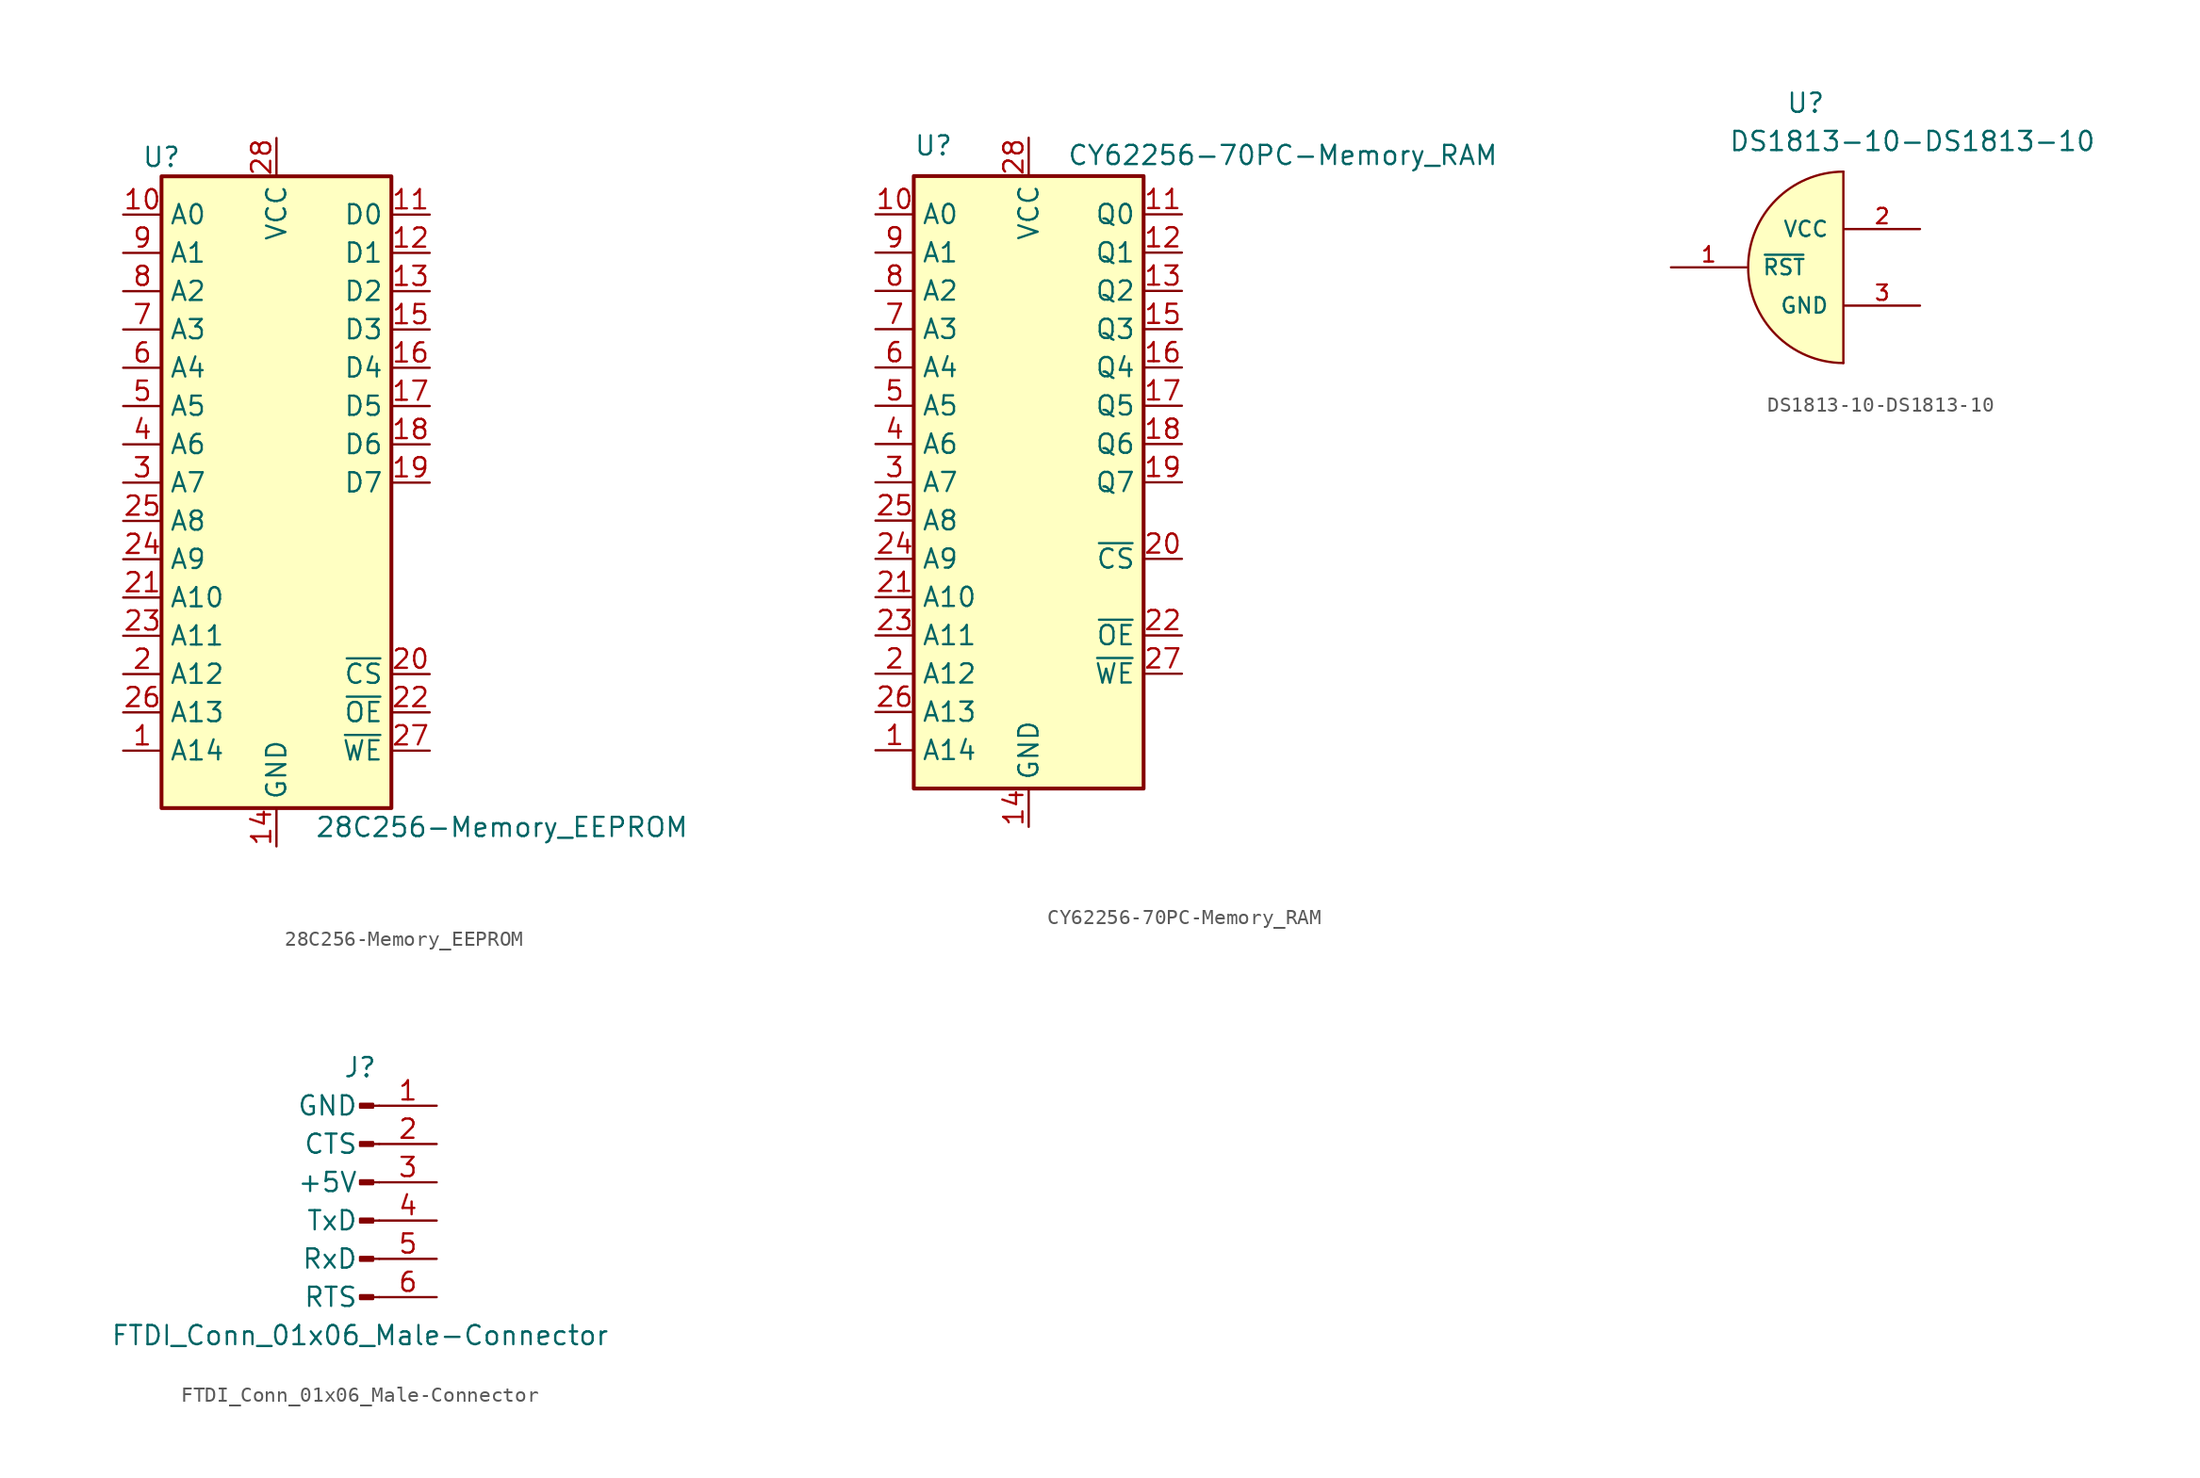
<source format=kicad_sym>
(kicad_symbol_lib
  (version 20211014)
  (generator kicad_symbol_editor)
  (symbol "28C256-Memory_EEPROM"
    (property "Reference" "U"
      (at -7.62 26.67 0)
      (effects (font (size 1.27 1.27))))
    (property "Value" "28C256-Memory_EEPROM"
      (at 2.54 -17.78 0)
      (effects (font (size 1.27 1.27)) (justify left)))
    (symbol "28C256-Memory_EEPROM_1_1"
      (rectangle (start -7.62 25.4) (end 7.62 -16.51) (stroke (width 0.254) (type default) (color 0 0 0 0)) (fill (type background)))
      (pin input line (at -10.16 -12.7 0) (length 2.54) (name "A14" (effects (font (size 1.27 1.27)))) (number "1" (effects (font (size 1.27 1.27)))))
      (pin input line (at -10.16 22.86 0) (length 2.54) (name "A0" (effects (font (size 1.27 1.27)))) (number "10" (effects (font (size 1.27 1.27)))))
      (pin tri_state line (at 10.16 22.86 180) (length 2.54) (name "D0" (effects (font (size 1.27 1.27)))) (number "11" (effects (font (size 1.27 1.27)))))
      (pin tri_state line (at 10.16 20.32 180) (length 2.54) (name "D1" (effects (font (size 1.27 1.27)))) (number "12" (effects (font (size 1.27 1.27)))))
      (pin tri_state line (at 10.16 17.78 180) (length 2.54) (name "D2" (effects (font (size 1.27 1.27)))) (number "13" (effects (font (size 1.27 1.27)))))
      (pin power_in line (at 0 -19.05 90) (length 2.54) (name "GND" (effects (font (size 1.27 1.27)))) (number "14" (effects (font (size 1.27 1.27)))))
      (pin tri_state line (at 10.16 15.24 180) (length 2.54) (name "D3" (effects (font (size 1.27 1.27)))) (number "15" (effects (font (size 1.27 1.27)))))
      (pin tri_state line (at 10.16 12.7 180) (length 2.54) (name "D4" (effects (font (size 1.27 1.27)))) (number "16" (effects (font (size 1.27 1.27)))))
      (pin tri_state line (at 10.16 10.16 180) (length 2.54) (name "D5" (effects (font (size 1.27 1.27)))) (number "17" (effects (font (size 1.27 1.27)))))
      (pin tri_state line (at 10.16 7.62 180) (length 2.54) (name "D6" (effects (font (size 1.27 1.27)))) (number "18" (effects (font (size 1.27 1.27)))))
      (pin tri_state line (at 10.16 5.08 180) (length 2.54) (name "D7" (effects (font (size 1.27 1.27)))) (number "19" (effects (font (size 1.27 1.27)))))
      (pin input line (at -10.16 -7.62 0) (length 2.54) (name "A12" (effects (font (size 1.27 1.27)))) (number "2" (effects (font (size 1.27 1.27)))))
      (pin input line (at 10.16 -7.62 180) (length 2.54) (name "~{CS}" (effects (font (size 1.27 1.27)))) (number "20" (effects (font (size 1.27 1.27)))))
      (pin input line (at -10.16 -2.54 0) (length 2.54) (name "A10" (effects (font (size 1.27 1.27)))) (number "21" (effects (font (size 1.27 1.27)))))
      (pin input line (at 10.16 -10.16 180) (length 2.54) (name "~{OE}" (effects (font (size 1.27 1.27)))) (number "22" (effects (font (size 1.27 1.27)))))
      (pin input line (at -10.16 -5.08 0) (length 2.54) (name "A11" (effects (font (size 1.27 1.27)))) (number "23" (effects (font (size 1.27 1.27)))))
      (pin input line (at -10.16 0 0) (length 2.54) (name "A9" (effects (font (size 1.27 1.27)))) (number "24" (effects (font (size 1.27 1.27)))))
      (pin input line (at -10.16 2.54 0) (length 2.54) (name "A8" (effects (font (size 1.27 1.27)))) (number "25" (effects (font (size 1.27 1.27)))))
      (pin input line (at -10.16 -10.16 0) (length 2.54) (name "A13" (effects (font (size 1.27 1.27)))) (number "26" (effects (font (size 1.27 1.27)))))
      (pin input line (at 10.16 -12.7 180) (length 2.54) (name "~{WE}" (effects (font (size 1.27 1.27)))) (number "27" (effects (font (size 1.27 1.27)))))
      (pin power_in line (at 0 27.94 270) (length 2.54) (name "VCC" (effects (font (size 1.27 1.27)))) (number "28" (effects (font (size 1.27 1.27)))))
      (pin input line (at -10.16 5.08 0) (length 2.54) (name "A7" (effects (font (size 1.27 1.27)))) (number "3" (effects (font (size 1.27 1.27)))))
      (pin input line (at -10.16 7.62 0) (length 2.54) (name "A6" (effects (font (size 1.27 1.27)))) (number "4" (effects (font (size 1.27 1.27)))))
      (pin input line (at -10.16 10.16 0) (length 2.54) (name "A5" (effects (font (size 1.27 1.27)))) (number "5" (effects (font (size 1.27 1.27)))))
      (pin input line (at -10.16 12.7 0) (length 2.54) (name "A4" (effects (font (size 1.27 1.27)))) (number "6" (effects (font (size 1.27 1.27)))))
      (pin input line (at -10.16 15.24 0) (length 2.54) (name "A3" (effects (font (size 1.27 1.27)))) (number "7" (effects (font (size 1.27 1.27)))))
      (pin input line (at -10.16 17.78 0) (length 2.54) (name "A2" (effects (font (size 1.27 1.27)))) (number "8" (effects (font (size 1.27 1.27)))))
      (pin input line (at -10.16 20.32 0) (length 2.54) (name "A1" (effects (font (size 1.27 1.27)))) (number "9" (effects (font (size 1.27 1.27)))))))
  (symbol "CY62256-70PC-Memory_RAM"
    (property "Reference" "U"
      (at -7.62 21.59 0)
      (effects (font (size 1.27 1.27)) (justify left bottom)))
    (property "Value" "CY62256-70PC-Memory_RAM"
      (at 2.54 20.955 0)
      (effects (font (size 1.27 1.27)) (justify left bottom)))
    (symbol "CY62256-70PC-Memory_RAM_0_0"
      (pin power_in line (at 0 -22.86 90) (length 2.54) (name "GND" (effects (font (size 1.27 1.27)))) (number "14" (effects (font (size 1.27 1.27)))))
      (pin power_in line (at 0 22.86 270) (length 2.54) (name "VCC" (effects (font (size 1.27 1.27)))) (number "28" (effects (font (size 1.27 1.27))))))
    (symbol "CY62256-70PC-Memory_RAM_0_1"
      (rectangle (start -7.62 20.32) (end 7.62 -20.32) (stroke (width 0.254) (type default) (color 0 0 0 0)) (fill (type background))))
    (symbol "CY62256-70PC-Memory_RAM_1_1"
      (pin input line (at -10.16 -17.78 0) (length 2.54) (name "A14" (effects (font (size 1.27 1.27)))) (number "1" (effects (font (size 1.27 1.27)))))
      (pin input line (at -10.16 17.78 0) (length 2.54) (name "A0" (effects (font (size 1.27 1.27)))) (number "10" (effects (font (size 1.27 1.27)))))
      (pin tri_state line (at 10.16 17.78 180) (length 2.54) (name "Q0" (effects (font (size 1.27 1.27)))) (number "11" (effects (font (size 1.27 1.27)))))
      (pin tri_state line (at 10.16 15.24 180) (length 2.54) (name "Q1" (effects (font (size 1.27 1.27)))) (number "12" (effects (font (size 1.27 1.27)))))
      (pin tri_state line (at 10.16 12.7 180) (length 2.54) (name "Q2" (effects (font (size 1.27 1.27)))) (number "13" (effects (font (size 1.27 1.27)))))
      (pin tri_state line (at 10.16 10.16 180) (length 2.54) (name "Q3" (effects (font (size 1.27 1.27)))) (number "15" (effects (font (size 1.27 1.27)))))
      (pin tri_state line (at 10.16 7.62 180) (length 2.54) (name "Q4" (effects (font (size 1.27 1.27)))) (number "16" (effects (font (size 1.27 1.27)))))
      (pin tri_state line (at 10.16 5.08 180) (length 2.54) (name "Q5" (effects (font (size 1.27 1.27)))) (number "17" (effects (font (size 1.27 1.27)))))
      (pin tri_state line (at 10.16 2.54 180) (length 2.54) (name "Q6" (effects (font (size 1.27 1.27)))) (number "18" (effects (font (size 1.27 1.27)))))
      (pin tri_state line (at 10.16 0 180) (length 2.54) (name "Q7" (effects (font (size 1.27 1.27)))) (number "19" (effects (font (size 1.27 1.27)))))
      (pin input line (at -10.16 -12.7 0) (length 2.54) (name "A12" (effects (font (size 1.27 1.27)))) (number "2" (effects (font (size 1.27 1.27)))))
      (pin input line (at 10.16 -5.08 180) (length 2.54) (name "~{CS}" (effects (font (size 1.27 1.27)))) (number "20" (effects (font (size 1.27 1.27)))))
      (pin input line (at -10.16 -7.62 0) (length 2.54) (name "A10" (effects (font (size 1.27 1.27)))) (number "21" (effects (font (size 1.27 1.27)))))
      (pin input line (at 10.16 -10.16 180) (length 2.54) (name "~{OE}" (effects (font (size 1.27 1.27)))) (number "22" (effects (font (size 1.27 1.27)))))
      (pin input line (at -10.16 -10.16 0) (length 2.54) (name "A11" (effects (font (size 1.27 1.27)))) (number "23" (effects (font (size 1.27 1.27)))))
      (pin input line (at -10.16 -5.08 0) (length 2.54) (name "A9" (effects (font (size 1.27 1.27)))) (number "24" (effects (font (size 1.27 1.27)))))
      (pin input line (at -10.16 -2.54 0) (length 2.54) (name "A8" (effects (font (size 1.27 1.27)))) (number "25" (effects (font (size 1.27 1.27)))))
      (pin input line (at -10.16 -15.24 0) (length 2.54) (name "A13" (effects (font (size 1.27 1.27)))) (number "26" (effects (font (size 1.27 1.27)))))
      (pin input line (at 10.16 -12.7 180) (length 2.54) (name "~{WE}" (effects (font (size 1.27 1.27)))) (number "27" (effects (font (size 1.27 1.27)))))
      (pin input line (at -10.16 0 0) (length 2.54) (name "A7" (effects (font (size 1.27 1.27)))) (number "3" (effects (font (size 1.27 1.27)))))
      (pin input line (at -10.16 2.54 0) (length 2.54) (name "A6" (effects (font (size 1.27 1.27)))) (number "4" (effects (font (size 1.27 1.27)))))
      (pin input line (at -10.16 5.08 0) (length 2.54) (name "A5" (effects (font (size 1.27 1.27)))) (number "5" (effects (font (size 1.27 1.27)))))
      (pin input line (at -10.16 7.62 0) (length 2.54) (name "A4" (effects (font (size 1.27 1.27)))) (number "6" (effects (font (size 1.27 1.27)))))
      (pin input line (at -10.16 10.16 0) (length 2.54) (name "A3" (effects (font (size 1.27 1.27)))) (number "7" (effects (font (size 1.27 1.27)))))
      (pin input line (at -10.16 12.7 0) (length 2.54) (name "A2" (effects (font (size 1.27 1.27)))) (number "8" (effects (font (size 1.27 1.27)))))
      (pin input line (at -10.16 15.24 0) (length 2.54) (name "A1" (effects (font (size 1.27 1.27)))) (number "9" (effects (font (size 1.27 1.27)))))))
  (symbol "DS1813-10-DS1813-10"
    (pin_names
      (offset 1.016))
    (property "Reference" "U"
      (at -1.27 10.16 0)
      (effects (font (size 1.27 1.27)) (justify left bottom)))
    (property "Value" "DS1813-10-DS1813-10"
      (at -5.08 7.62 0)
      (effects (font (size 1.27 1.27)) (justify left bottom)))
    (property "ki_locked" ""
      (at 0 0 0)
      (effects (font (size 1.27 1.27))))
    (symbol "DS1813-10-DS1813-10_0_0"
      (pin bidirectional line (at -8.89 0 0) (length 5.004) (name "~{RST}" (effects (font (size 1.016 1.016)))) (number "1" (effects (font (size 1.016 1.016)))))
      (pin power_in line (at 7.62 2.54 180) (length 5.004) (name "VCC" (effects (font (size 1.016 1.016)))) (number "2" (effects (font (size 1.016 1.016)))))
      (pin power_in line (at 7.62 -2.54 180) (length 5.004) (name "GND" (effects (font (size 1.016 1.016)))) (number "3" (effects (font (size 1.016 1.016))))))
    (symbol "DS1813-10-DS1813-10_0_1"
      (polyline (pts (xy 2.54 6.35) (xy 2.54 -6.35)) (stroke (width 0) (type default) (color 0 0 0 0)) (fill (type none)))
      (arc (start 2.54 6.35) (mid -3.81 0) (end 2.54 -6.35) (stroke (width 0) (type default) (color 0 0 0 0)) (fill (type background)))))
  (symbol "FTDI_Conn_01x06_Male-Connector"
    (pin_names
      (offset 1.397))
    (property "Reference" "J"
      (at 0 7.62 0)
      (effects (font (size 1.27 1.27))))
    (property "Value" "FTDI_Conn_01x06_Male-Connector"
      (at 0 -10.16 0)
      (effects (font (size 1.27 1.27))))
    (symbol "FTDI_Conn_01x06_Male-Connector_1_1"
      (polyline (pts (xy 1.27 -7.62) (xy 0.864 -7.62)) (stroke (width 0.152) (type default) (color 0 0 0 0)) (fill (type none)))
      (polyline (pts (xy 1.27 -5.08) (xy 0.864 -5.08)) (stroke (width 0.152) (type default) (color 0 0 0 0)) (fill (type none)))
      (polyline (pts (xy 1.27 -2.54) (xy 0.864 -2.54)) (stroke (width 0.152) (type default) (color 0 0 0 0)) (fill (type none)))
      (polyline (pts (xy 1.27 0) (xy 0.864 0)) (stroke (width 0.152) (type default) (color 0 0 0 0)) (fill (type none)))
      (polyline (pts (xy 1.27 2.54) (xy 0.864 2.54)) (stroke (width 0.152) (type default) (color 0 0 0 0)) (fill (type none)))
      (polyline (pts (xy 1.27 5.08) (xy 0.864 5.08)) (stroke (width 0.152) (type default) (color 0 0 0 0)) (fill (type none)))
      (rectangle (start 0.864 -7.493) (end 0 -7.747) (stroke (width 0.152) (type default) (color 0 0 0 0)) (fill (type outline)))
      (rectangle (start 0.864 -4.953) (end 0 -5.207) (stroke (width 0.152) (type default) (color 0 0 0 0)) (fill (type outline)))
      (rectangle (start 0.864 -2.413) (end 0 -2.667) (stroke (width 0.152) (type default) (color 0 0 0 0)) (fill (type outline)))
      (rectangle (start 0.864 0.127) (end 0 -0.127) (stroke (width 0.152) (type default) (color 0 0 0 0)) (fill (type outline)))
      (rectangle (start 0.864 2.667) (end 0 2.413) (stroke (width 0.152) (type default) (color 0 0 0 0)) (fill (type outline)))
      (rectangle (start 0.864 5.207) (end 0 4.953) (stroke (width 0.152) (type default) (color 0 0 0 0)) (fill (type outline)))
      (pin passive line (at 5.08 5.08 180) (length 3.81) (name "GND" (effects (font (size 1.27 1.27)))) (number "1" (effects (font (size 1.27 1.27)))))
      (pin input line (at 5.08 2.54 180) (length 3.81) (name "CTS" (effects (font (size 1.27 1.27)))) (number "2" (effects (font (size 1.27 1.27)))))
      (pin passive line (at 5.08 0 180) (length 3.81) (name "+5V" (effects (font (size 1.27 1.27)))) (number "3" (effects (font (size 1.27 1.27)))))
      (pin output line (at 5.08 -2.54 180) (length 3.81) (name "TxD" (effects (font (size 1.27 1.27)))) (number "4" (effects (font (size 1.27 1.27)))))
      (pin input line (at 5.08 -5.08 180) (length 3.81) (name "RxD" (effects (font (size 1.27 1.27)))) (number "5" (effects (font (size 1.27 1.27)))))
      (pin output line (at 5.08 -7.62 180) (length 3.81) (name "RTS" (effects (font (size 1.27 1.27)))) (number "6" (effects (font (size 1.27 1.27))))))))
</source>
